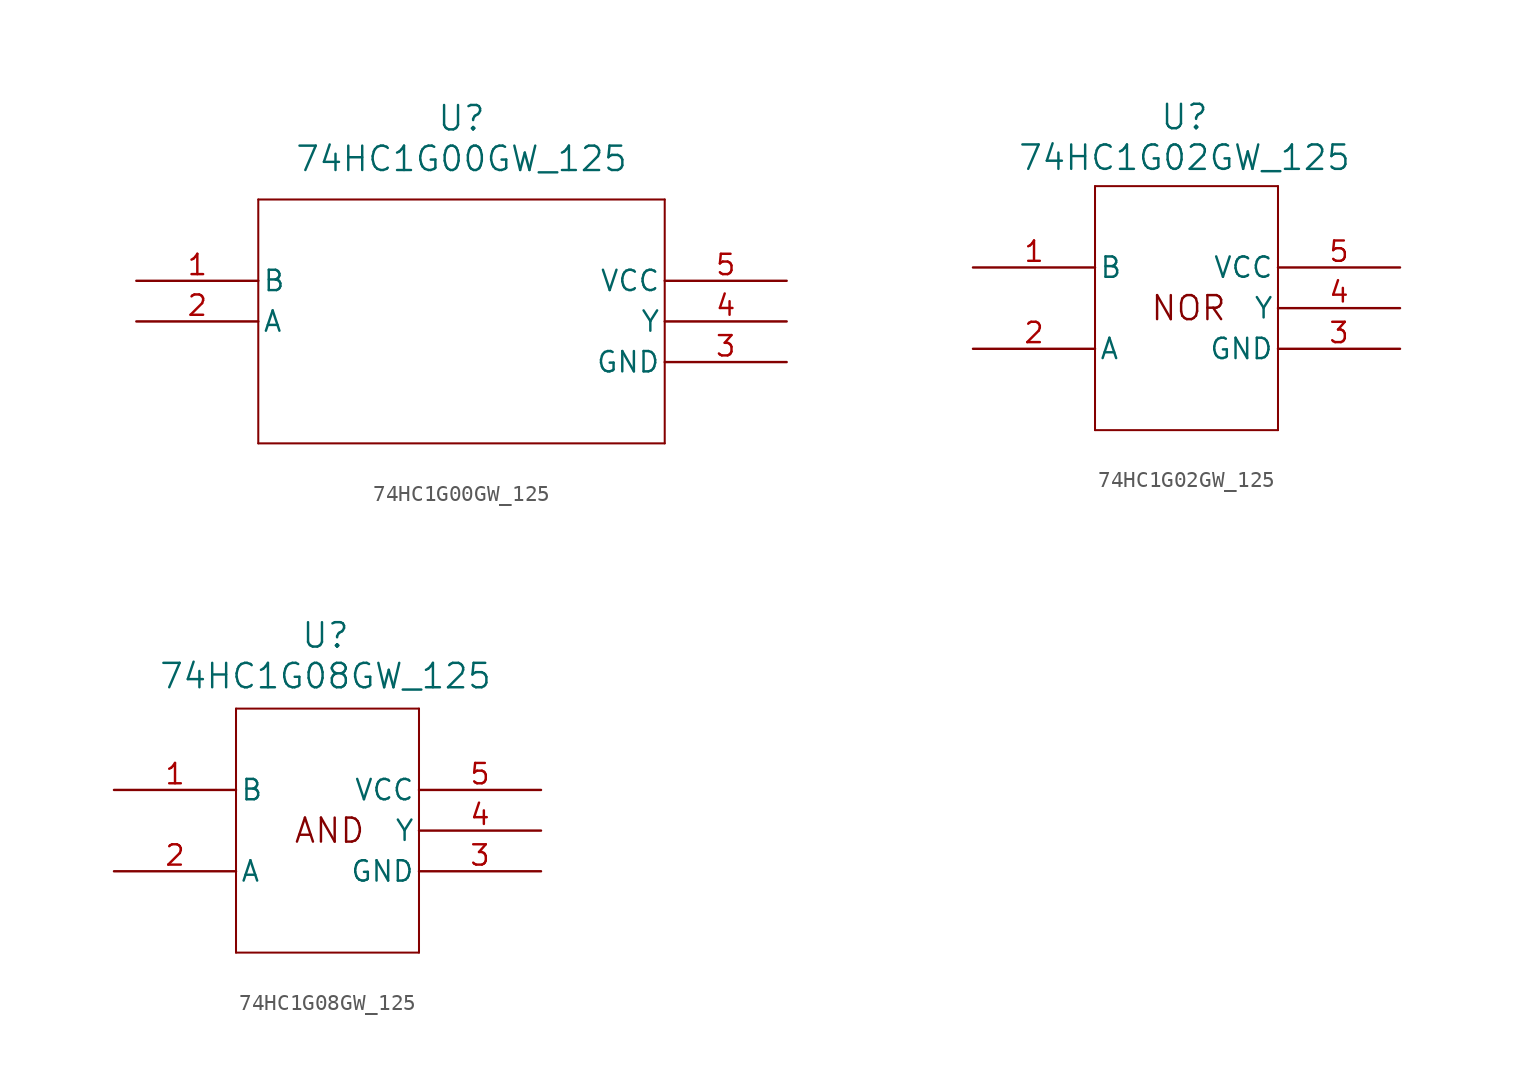
<source format=kicad_sym>
(kicad_symbol_lib
  (version 20231120)
  (generator "kicad_symbol_editor")
  (generator_version "8.0")
  (symbol "74HC1G00GW_125"
    (pin_names
      (offset 0.254))
    (property "Reference" "U"
      (at 20.32 10.16 0)
      (effects (font (size 1.524 1.524))))
    (property "Value" "74HC1G00GW_125"
      (at 20.32 7.62 0)
      (effects (font (size 1.524 1.524))))
    (property "ki_locked" ""
      (at 0 0 0)
      (effects (font (size 1.27 1.27))))
    (symbol "74HC1G00GW_125_0_1"
      (polyline (pts (xy 7.62 -10.16) (xy 33.02 -10.16)) (stroke (width 0.127) (type default)) (fill (type none)))
      (polyline (pts (xy 7.62 5.08) (xy 7.62 -10.16)) (stroke (width 0.127) (type default)) (fill (type none)))
      (polyline (pts (xy 33.02 -10.16) (xy 33.02 5.08)) (stroke (width 0.127) (type default)) (fill (type none)))
      (polyline (pts (xy 33.02 5.08) (xy 7.62 5.08)) (stroke (width 0.127) (type default)) (fill (type none)))
      (pin input line (at 0 0 0) (length 7.62) (name "B" (effects (font (size 1.27 1.27)))) (number "1" (effects (font (size 1.27 1.27)))))
      (pin input line (at 0 -2.54 0) (length 7.62) (name "A" (effects (font (size 1.27 1.27)))) (number "2" (effects (font (size 1.27 1.27)))))
      (pin power_out line (at 40.64 -5.08 180) (length 7.62) (name "GND" (effects (font (size 1.27 1.27)))) (number "3" (effects (font (size 1.27 1.27)))))
      (pin output line (at 40.64 -2.54 180) (length 7.62) (name "Y" (effects (font (size 1.27 1.27)))) (number "4" (effects (font (size 1.27 1.27)))))
      (pin power_in line (at 40.64 0 180) (length 7.62) (name "VCC" (effects (font (size 1.27 1.27)))) (number "5" (effects (font (size 1.27 1.27)))))))
  (symbol "74HC1G02GW_125"
    (pin_names
      (offset 0.254))
    (property "Reference" "U"
      (at 5.588 10.668 0)
      (effects (font (size 1.524 1.524))))
    (property "Value" "74HC1G02GW_125"
      (at 5.588 8.128 0)
      (effects (font (size 1.524 1.524))))
    (property "ki_locked" ""
      (at 0 0 0)
      (effects (font (size 1.27 1.27))))
    (symbol "74HC1G02GW_125_0_1"
      (polyline (pts (xy 0 -8.89) (xy 11.43 -8.89)) (stroke (width 0.127) (type default)) (fill (type none)))
      (polyline (pts (xy 0 6.35) (xy 0 -8.89)) (stroke (width 0.127) (type default)) (fill (type none)))
      (polyline (pts (xy 11.43 -8.89) (xy 11.43 6.35)) (stroke (width 0.127) (type default)) (fill (type none)))
      (polyline (pts (xy 11.43 6.35) (xy 0 6.35)) (stroke (width 0.127) (type default)) (fill (type none)))
      (pin input line (at -7.62 1.27 0) (length 7.62) (name "B" (effects (font (size 1.27 1.27)))) (number "1" (effects (font (size 1.27 1.27)))))
      (pin input line (at -7.62 -3.81 0) (length 7.62) (name "A" (effects (font (size 1.27 1.27)))) (number "2" (effects (font (size 1.27 1.27)))))
      (pin power_out line (at 19.05 -3.81 180) (length 7.62) (name "GND" (effects (font (size 1.27 1.27)))) (number "3" (effects (font (size 1.27 1.27)))))
      (pin output line (at 19.05 -1.27 180) (length 7.62) (name "Y" (effects (font (size 1.27 1.27)))) (number "4" (effects (font (size 1.27 1.27)))))
      (pin power_in line (at 19.05 1.27 180) (length 7.62) (name "VCC" (effects (font (size 1.27 1.27)))) (number "5" (effects (font (size 1.27 1.27))))))
    (symbol "74HC1G02GW_125_1_1"
      (text "NOR" (at 5.842 -1.27 0) (effects (font (size 1.5 1.5))))))
  (symbol "74HC1G08GW_125"
    (pin_names
      (offset 0.254))
    (property "Reference" "U"
      (at 5.588 10.922 0)
      (effects (font (size 1.524 1.524))))
    (property "Value" "74HC1G08GW_125"
      (at 5.588 8.382 0)
      (effects (font (size 1.524 1.524))))
    (property "ki_locked" ""
      (at 0 0 0)
      (effects (font (size 1.27 1.27))))
    (symbol "74HC1G08GW_125_0_1"
      (polyline (pts (xy 0 -8.89) (xy 11.43 -8.89)) (stroke (width 0.127) (type default)) (fill (type none)))
      (polyline (pts (xy 0 6.35) (xy 0 -8.89)) (stroke (width 0.127) (type default)) (fill (type none)))
      (polyline (pts (xy 11.43 -8.89) (xy 11.43 6.35)) (stroke (width 0.127) (type default)) (fill (type none)))
      (polyline (pts (xy 11.43 6.35) (xy 0 6.35)) (stroke (width 0.127) (type default)) (fill (type none)))
      (pin input line (at -7.62 1.27 0) (length 7.62) (name "B" (effects (font (size 1.27 1.27)))) (number "1" (effects (font (size 1.27 1.27)))))
      (pin input line (at -7.62 -3.81 0) (length 7.62) (name "A" (effects (font (size 1.27 1.27)))) (number "2" (effects (font (size 1.27 1.27)))))
      (pin power_out line (at 19.05 -3.81 180) (length 7.62) (name "GND" (effects (font (size 1.27 1.27)))) (number "3" (effects (font (size 1.27 1.27)))))
      (pin output line (at 19.05 -1.27 180) (length 7.62) (name "Y" (effects (font (size 1.27 1.27)))) (number "4" (effects (font (size 1.27 1.27)))))
      (pin power_in line (at 19.05 1.27 180) (length 7.62) (name "VCC" (effects (font (size 1.27 1.27)))) (number "5" (effects (font (size 1.27 1.27))))))
    (symbol "74HC1G08GW_125_1_1"
      (text "AND" (at 5.842 -1.27 0) (effects (font (size 1.5 1.5)))))))
</source>
